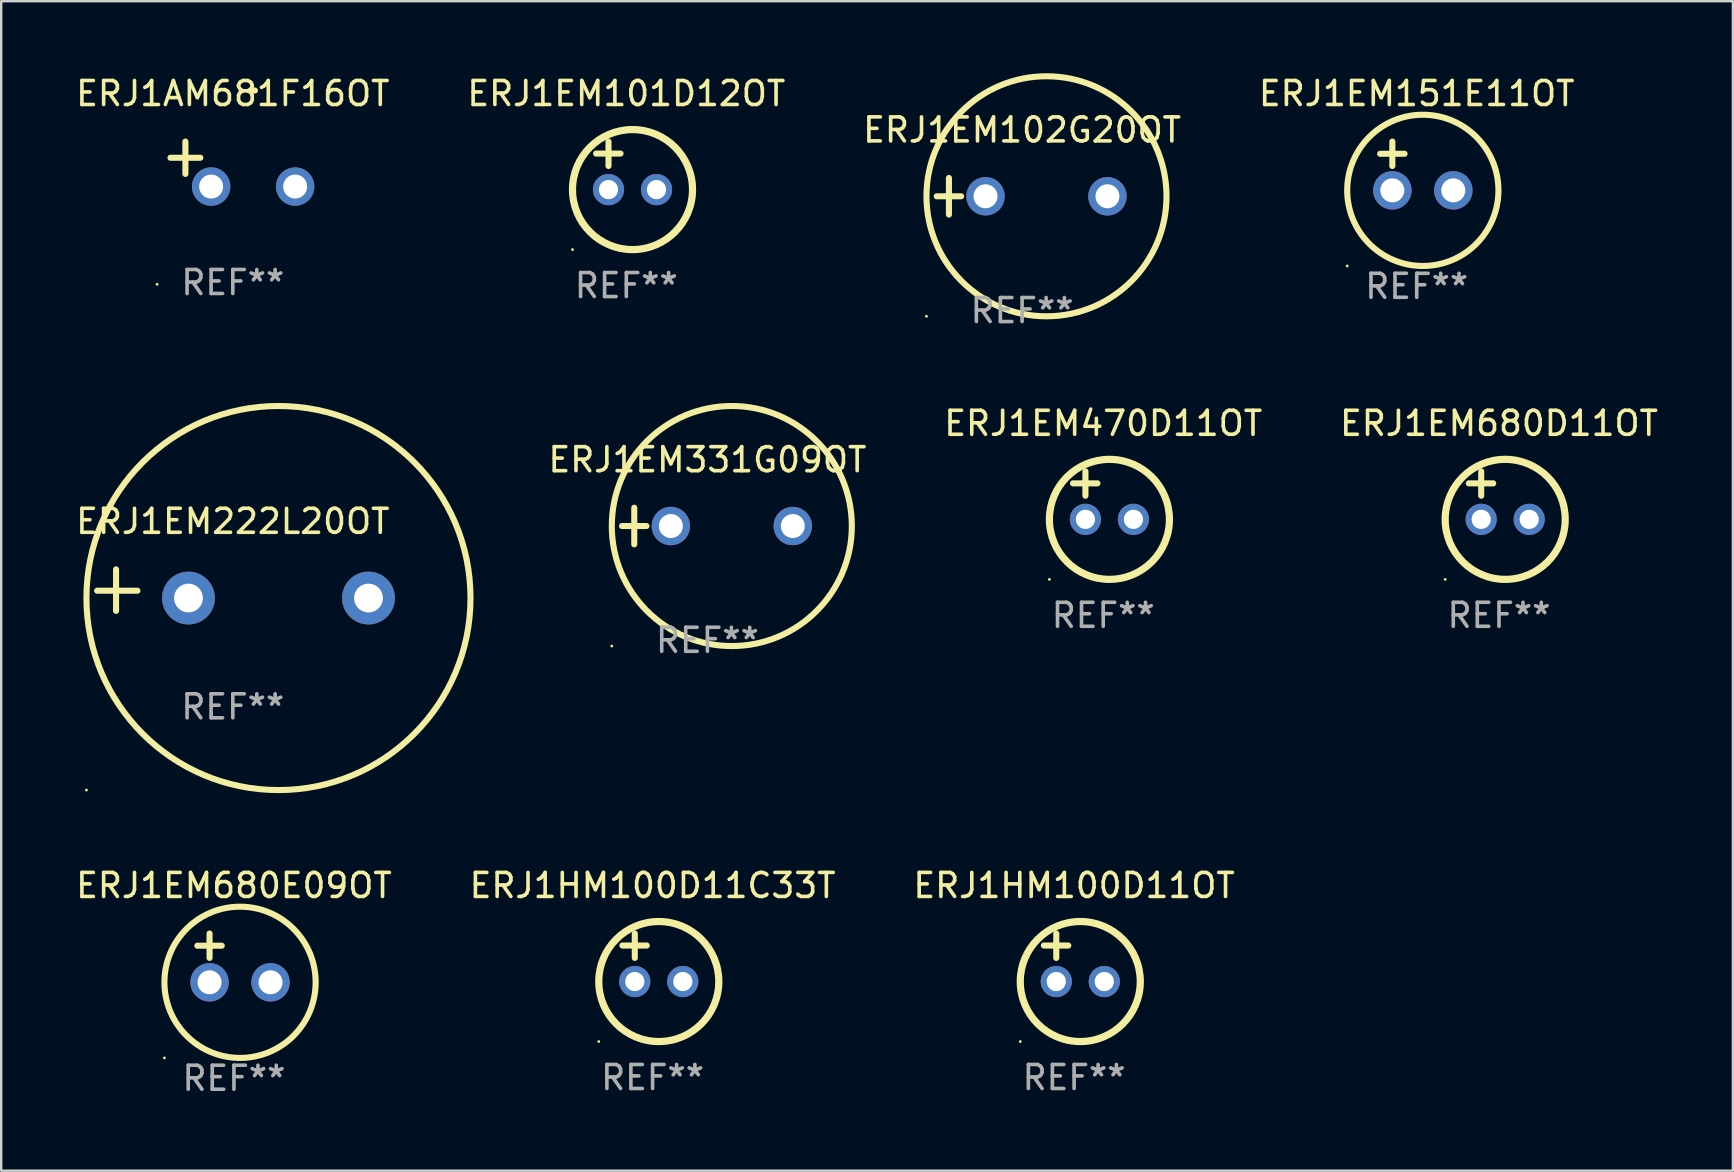
<source format=kicad_pcb>
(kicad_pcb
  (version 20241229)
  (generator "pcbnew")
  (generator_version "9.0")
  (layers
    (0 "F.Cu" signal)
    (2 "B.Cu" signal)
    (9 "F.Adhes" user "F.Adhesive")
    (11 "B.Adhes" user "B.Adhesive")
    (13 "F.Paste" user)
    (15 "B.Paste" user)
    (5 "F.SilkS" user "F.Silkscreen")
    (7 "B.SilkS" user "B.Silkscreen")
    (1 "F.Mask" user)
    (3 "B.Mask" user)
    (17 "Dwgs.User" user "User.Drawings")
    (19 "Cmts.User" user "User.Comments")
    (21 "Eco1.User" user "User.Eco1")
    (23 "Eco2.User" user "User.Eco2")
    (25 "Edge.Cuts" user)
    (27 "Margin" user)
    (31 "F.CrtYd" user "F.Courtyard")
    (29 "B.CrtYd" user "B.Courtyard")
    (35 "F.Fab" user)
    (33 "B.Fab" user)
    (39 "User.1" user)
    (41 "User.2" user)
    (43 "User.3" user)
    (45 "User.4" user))
  (footprint "ERJ1EM680D11OT"
    (layer "F.Cu")
    (at 59.398 17.586)
    (property "Reference" "ERJ1EM680D11OT" (at 0 -3 0) (layer "F.SilkS") (effects (font (size 1 1) (thickness 0.15))))
    (attr through_hole)
    (fp_line (start -1.258 -0.5) (end -0.242 -0.5) (stroke (width 0.254) (type solid)) (layer "F.SilkS"))
    (fp_line (start -0.742 -1) (end -0.742 0.016) (stroke (width 0.254) (type solid)) (layer "F.SilkS"))
    (fp_circle (center -2.242 3.5) (end -2.212 3.5) (stroke (width 0.06) (type solid)) (fill no) (layer "F.SilkS"))
    (fp_circle (center 0.258 1) (end 2.758 1) (stroke (width 0.3) (type solid)) (fill no) (layer "F.SilkS"))
    (fp_text user "REF**" (at 0 5 0) (layer "F.Fab") (effects (font (size 1 1) (thickness 0.15))))
    (pad "1" thru_hole circle (at -0.742 1) (size 1.3 1.3) (drill 0.8) (layers "*.Cu" "*.Mask"))
    (pad "2" thru_hole circle (at 1.258 1) (size 1.3 1.3) (drill 0.8) (layers "*.Cu" "*.Mask")))
  (footprint "ERJ1HM100D11OT"
    (layer "F.Cu")
    (at 41.696 36.84)
    (property "Reference" "ERJ1HM100D11OT" (at 0 -3 0) (layer "F.SilkS") (effects (font (size 1 1) (thickness 0.15))))
    (attr through_hole)
    (fp_line (start -1.258 -0.5) (end -0.242 -0.5) (stroke (width 0.254) (type solid)) (layer "F.SilkS"))
    (fp_line (start -0.742 -1) (end -0.742 0.016) (stroke (width 0.254) (type solid)) (layer "F.SilkS"))
    (fp_circle (center -2.242 3.5) (end -2.212 3.5) (stroke (width 0.06) (type solid)) (fill no) (layer "F.SilkS"))
    (fp_circle (center 0.258 1) (end 2.758 1) (stroke (width 0.3) (type solid)) (fill no) (layer "F.SilkS"))
    (fp_text user "REF**" (at 0 5 0) (layer "F.Fab") (effects (font (size 1 1) (thickness 0.15))))
    (pad "1" thru_hole circle (at -0.742 1) (size 1.3 1.3) (drill 0.8) (layers "*.Cu" "*.Mask"))
    (pad "2" thru_hole circle (at 1.258 1) (size 1.3 1.3) (drill 0.8) (layers "*.Cu" "*.Mask")))
  (footprint "ERJ1EM151E11OT"
    (layer "F.Cu")
    (at 55.97 3.864)
    (property "Reference" "ERJ1EM151E11OT" (at 0 -3.016 0) (layer "F.SilkS") (effects (font (size 1 1) (thickness 0.15))))
    (attr through_hole)
    (fp_line (start -1.524 -0.508) (end -0.508 -0.508) (stroke (width 0.254) (type solid)) (layer "F.SilkS"))
    (fp_line (start -1.016 -1.016) (end -1.016 0) (stroke (width 0.254) (type solid)) (layer "F.SilkS"))
    (fp_circle (center -2.896 4.166) (end -2.866 4.166) (stroke (width 0.06) (type solid)) (fill no) (layer "F.SilkS"))
    (fp_circle (center 0.254 1.016) (end 3.404 1.016) (stroke (width 0.254) (type solid)) (fill no) (layer "F.SilkS"))
    (fp_text user "REF**" (at 0 5.016 0) (layer "F.Fab") (effects (font (size 1 1) (thickness 0.15))))
    (pad "1" thru_hole circle (at -1.016 1.016) (size 1.6 1.6) (drill 1) (layers "*.Cu" "*.Mask"))
    (pad "2" thru_hole circle (at 1.524 1.016) (size 1.6 1.6) (drill 1) (layers "*.Cu" "*.Mask")))
  (footprint "ERJ1EM222L20OT"
    (layer "F.Cu")
    (at 6.649 21.534)
    (property "Reference" "ERJ1EM222L20OT" (at 0 -2.864 0) (layer "F.SilkS") (effects (font (size 1 1) (thickness 0.15))))
    (attr through_hole)
    (fp_line (start -4.864 0.864) (end -4.864 -0.864) (stroke (width 0.254) (type solid)) (layer "F.SilkS"))
    (fp_line (start -3.975 0.025) (end -5.652 0.025) (stroke (width 0.254) (type solid)) (layer "F.SilkS"))
    (fp_circle (center -6.098 8.33) (end -6.068 8.33) (stroke (width 0.06) (type solid)) (fill no) (layer "F.SilkS"))
    (fp_circle (center 1.902 0.33) (end 9.902 0.33) (stroke (width 0.254) (type solid)) (fill no) (layer "F.SilkS"))
    (fp_text user "REF**" (at 0 4.864 0) (layer "F.Fab") (effects (font (size 1 1) (thickness 0.15))))
    (pad "1" thru_hole circle (at -1.848 0.33) (size 2.2 2.2) (drill 1.2) (layers "*.Cu" "*.Mask"))
    (pad "2" thru_hole circle (at 5.652 0.33) (size 2.2 2.2) (drill 1.2) (layers "*.Cu" "*.Mask")))
  (footprint "ERJ1AM681F16OT"
    (layer "F.Cu")
    (at 6.649 3.785)
    (property "Reference" "ERJ1AM681F16OT" (at 0 -2.937 0) (layer "F.SilkS") (effects (font (size 1 1) (thickness 0.15))))
    (attr through_hole)
    (fp_line (start -1.975 0.41) (end -1.975 -0.937) (stroke (width 0.254) (type solid)) (layer "F.SilkS"))
    (fp_line (start -1.353 -0.263) (end -2.597 -0.263) (stroke (width 0.254) (type solid)) (layer "F.SilkS"))
    (fp_arc (start 0.849809 -3.063957) (mid 0.885369 -3.064114) (end 0.920929 -3.063957) (stroke (width 0.254001) (type solid)) (layer "F.SilkS"))
    (fp_circle (center -3.154 5.008) (end -3.124 5.008) (stroke (width 0.06) (type solid)) (fill no) (layer "F.SilkS"))
    (fp_text user "REF**" (at 0 4.937 0) (layer "F.Fab") (effects (font (size 1 1) (thickness 0.15))))
    (pad "1" thru_hole circle (at -0.903 0.937) (size 1.6 1.6) (drill 1) (layers "*.Cu" "*.Mask"))
    (pad "2" thru_hole circle (at 2.597 0.937) (size 1.6 1.6) (drill 1) (layers "*.Cu" "*.Mask")))
  (footprint "ERJ1EM101D12OT"
    (layer "F.Cu")
    (at 23.042 3.848)
    (property "Reference" "ERJ1EM101D12OT" (at 0 -3 0) (layer "F.SilkS") (effects (font (size 1 1) (thickness 0.15))))
    (attr through_hole)
    (fp_line (start -1.258 -0.5) (end -0.242 -0.5) (stroke (width 0.254) (type solid)) (layer "F.SilkS"))
    (fp_line (start -0.742 -1) (end -0.742 0.016) (stroke (width 0.254) (type solid)) (layer "F.SilkS"))
    (fp_circle (center -2.242 3.5) (end -2.212 3.5) (stroke (width 0.06) (type solid)) (fill no) (layer "F.SilkS"))
    (fp_circle (center 0.258 1) (end 2.758 1) (stroke (width 0.3) (type solid)) (fill no) (layer "F.SilkS"))
    (fp_text user "REF**" (at 0 5 0) (layer "F.Fab") (effects (font (size 1 1) (thickness 0.15))))
    (pad "1" thru_hole circle (at -0.742 1) (size 1.3 1.3) (drill 0.8) (layers "*.Cu" "*.Mask"))
    (pad "2" thru_hole circle (at 1.258 1) (size 1.3 1.3) (drill 0.8) (layers "*.Cu" "*.Mask")))
  (footprint "ERJ1HM100D11C33T"
    (layer "F.Cu")
    (at 24.137 36.84)
    (property "Reference" "ERJ1HM100D11C33T" (at 0 -3 0) (layer "F.SilkS") (effects (font (size 1 1) (thickness 0.15))))
    (attr through_hole)
    (fp_line (start -1.258 -0.5) (end -0.242 -0.5) (stroke (width 0.254) (type solid)) (layer "F.SilkS"))
    (fp_line (start -0.742 -1) (end -0.742 0.016) (stroke (width 0.254) (type solid)) (layer "F.SilkS"))
    (fp_circle (center -2.242 3.5) (end -2.212 3.5) (stroke (width 0.06) (type solid)) (fill no) (layer "F.SilkS"))
    (fp_circle (center 0.258 1) (end 2.758 1) (stroke (width 0.3) (type solid)) (fill no) (layer "F.SilkS"))
    (fp_text user "REF**" (at 0 5 0) (layer "F.Fab") (effects (font (size 1 1) (thickness 0.15))))
    (pad "1" thru_hole circle (at -0.742 1) (size 1.3 1.3) (drill 0.8) (layers "*.Cu" "*.Mask"))
    (pad "2" thru_hole circle (at 1.258 1) (size 1.3 1.3) (drill 0.8) (layers "*.Cu" "*.Mask")))
  (footprint "ERJ1EM331G09OT"
    (layer "F.Cu")
    (at 26.421 18.864)
    (property "Reference" "ERJ1EM331G09OT" (at 0 -2.762 0) (layer "F.SilkS") (effects (font (size 1 1) (thickness 0.15))))
    (attr through_hole)
    (fp_line (start -3.556 0) (end -2.54 0) (stroke (width 0.254) (type solid)) (layer "F.SilkS"))
    (fp_line (start -3.048 -0.762) (end -3.048 0.762) (stroke (width 0.254) (type solid)) (layer "F.SilkS"))
    (fp_circle (center -3.984 5) (end -3.954 5) (stroke (width 0.06) (type solid)) (fill no) (layer "F.SilkS"))
    (fp_circle (center 1.016 0) (end 6.016 0) (stroke (width 0.254) (type solid)) (fill no) (layer "F.SilkS"))
    (fp_text user "REF**" (at 0 4.762 0) (layer "F.Fab") (effects (font (size 1 1) (thickness 0.15))))
    (pad "1" thru_hole circle (at -1.524 0) (size 1.6 1.6) (drill 1) (layers "*.Cu" "*.Mask"))
    (pad "2" thru_hole circle (at 3.556 0) (size 1.6 1.6) (drill 1) (layers "*.Cu" "*.Mask")))
  (footprint "ERJ1EM470D11OT"
    (layer "F.Cu")
    (at 42.91 17.586)
    (property "Reference" "ERJ1EM470D11OT" (at 0 -3 0) (layer "F.SilkS") (effects (font (size 1 1) (thickness 0.15))))
    (attr through_hole)
    (fp_line (start -1.258 -0.5) (end -0.242 -0.5) (stroke (width 0.254) (type solid)) (layer "F.SilkS"))
    (fp_line (start -0.742 -1) (end -0.742 0.016) (stroke (width 0.254) (type solid)) (layer "F.SilkS"))
    (fp_circle (center -2.242 3.5) (end -2.212 3.5) (stroke (width 0.06) (type solid)) (fill no) (layer "F.SilkS"))
    (fp_circle (center 0.258 1) (end 2.758 1) (stroke (width 0.3) (type solid)) (fill no) (layer "F.SilkS"))
    (fp_text user "REF**" (at 0 5 0) (layer "F.Fab") (effects (font (size 1 1) (thickness 0.15))))
    (pad "1" thru_hole circle (at -0.742 1) (size 1.3 1.3) (drill 0.8) (layers "*.Cu" "*.Mask"))
    (pad "2" thru_hole circle (at 1.258 1) (size 1.3 1.3) (drill 0.8) (layers "*.Cu" "*.Mask")))
  (footprint "ERJ1EM680E09OT"
    (layer "F.Cu")
    (at 6.696 36.856)
    (property "Reference" "ERJ1EM680E09OT" (at 0 -3.016 0) (layer "F.SilkS") (effects (font (size 1 1) (thickness 0.15))))
    (attr through_hole)
    (fp_line (start -1.524 -0.508) (end -0.508 -0.508) (stroke (width 0.254) (type solid)) (layer "F.SilkS"))
    (fp_line (start -1.016 -1.016) (end -1.016 0) (stroke (width 0.254) (type solid)) (layer "F.SilkS"))
    (fp_circle (center -2.896 4.166) (end -2.866 4.166) (stroke (width 0.06) (type solid)) (fill no) (layer "F.SilkS"))
    (fp_circle (center 0.254 1.016) (end 3.404 1.016) (stroke (width 0.254) (type solid)) (fill no) (layer "F.SilkS"))
    (fp_text user "REF**" (at 0 5.016 0) (layer "F.Fab") (effects (font (size 1 1) (thickness 0.15))))
    (pad "1" thru_hole circle (at -1.016 1.016) (size 1.6 1.6) (drill 1) (layers "*.Cu" "*.Mask"))
    (pad "2" thru_hole circle (at 1.524 1.016) (size 1.6 1.6) (drill 1) (layers "*.Cu" "*.Mask")))
  (footprint "ERJ1EM102G20OT"
    (layer "F.Cu")
    (at 39.53 5.127)
    (property "Reference" "ERJ1EM102G20OT" (at 0 -2.762 0) (layer "F.SilkS") (effects (font (size 1 1) (thickness 0.15))))
    (attr through_hole)
    (fp_line (start -3.556 0) (end -2.54 0) (stroke (width 0.254) (type solid)) (layer "F.SilkS"))
    (fp_line (start -3.048 -0.762) (end -3.048 0.762) (stroke (width 0.254) (type solid)) (layer "F.SilkS"))
    (fp_circle (center -3.984 5) (end -3.954 5) (stroke (width 0.06) (type solid)) (fill no) (layer "F.SilkS"))
    (fp_circle (center 1.016 0) (end 6.016 0) (stroke (width 0.254) (type solid)) (fill no) (layer "F.SilkS"))
    (fp_text user "REF**" (at 0 4.762 0) (layer "F.Fab") (effects (font (size 1 1) (thickness 0.15))))
    (pad "1" thru_hole circle (at -1.524 0) (size 1.6 1.6) (drill 1) (layers "*.Cu" "*.Mask"))
    (pad "2" thru_hole circle (at 3.556 0) (size 1.6 1.6) (drill 1) (layers "*.Cu" "*.Mask")))
  (gr_rect
    (start -3 -3)
    (end 69.142 45.72)
    (stroke (width 0.1) (type default))
    (fill no)
    (layer "Edge.Cuts")))
</source>
